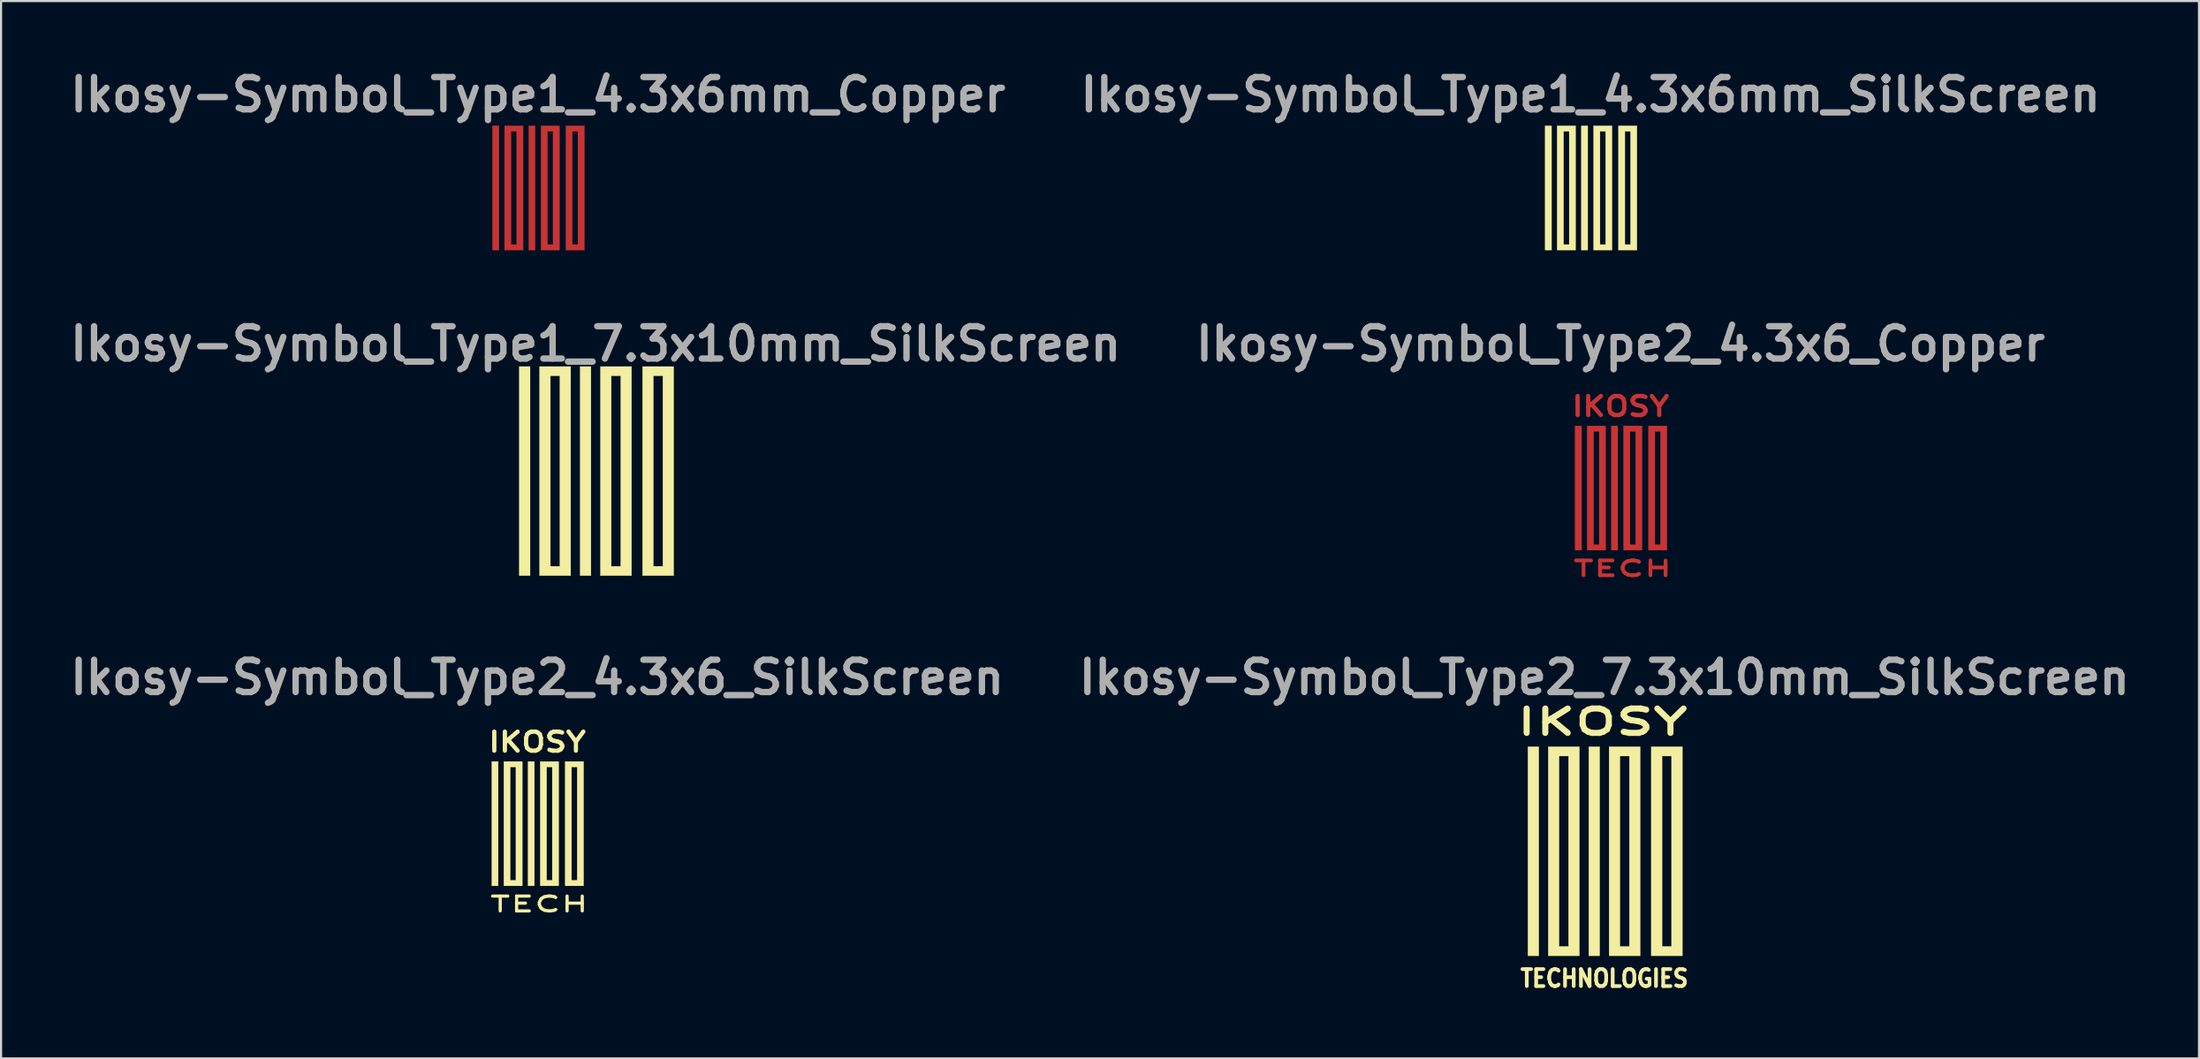
<source format=kicad_pcb>
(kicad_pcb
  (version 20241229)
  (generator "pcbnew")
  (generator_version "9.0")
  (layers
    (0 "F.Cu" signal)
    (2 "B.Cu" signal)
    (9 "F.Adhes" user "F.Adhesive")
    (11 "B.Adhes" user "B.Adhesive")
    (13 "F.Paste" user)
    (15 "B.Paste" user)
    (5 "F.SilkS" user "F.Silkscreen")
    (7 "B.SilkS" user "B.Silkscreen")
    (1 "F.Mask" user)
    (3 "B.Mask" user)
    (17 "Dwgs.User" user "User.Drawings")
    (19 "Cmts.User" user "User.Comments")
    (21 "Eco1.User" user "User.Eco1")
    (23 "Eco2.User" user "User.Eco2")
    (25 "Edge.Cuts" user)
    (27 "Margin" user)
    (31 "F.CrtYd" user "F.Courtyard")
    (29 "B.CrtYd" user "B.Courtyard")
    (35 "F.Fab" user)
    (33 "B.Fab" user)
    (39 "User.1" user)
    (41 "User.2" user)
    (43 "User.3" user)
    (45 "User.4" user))
  (footprint "Ikosy-Symbol_Type1_7.3x10mm_SilkScreen"
    (layer "F.Cu")
    (at 25.044 19.175)
    (property "Reference" "Ikosy-Symbol_Type1_7.3x10mm_SilkScreen" (at 0 -6 0) (layer "F.Fab") (effects (font (size 1.524 1.524) (thickness 0.3))))
    (attr through_hole)
    (fp_poly (pts (xy -3.092 4.933) (xy -3.608 4.933) (xy -3.608 -4.933) (xy -3.092 -4.933) (xy -3.092 4.933)) (stroke (width 0.01) (type solid)) (fill yes) (layer "F.SilkS"))
    (fp_poly (pts (xy -0.221 4.933) (xy -0.736 4.933) (xy -0.736 -4.933) (xy -0.221 -4.933) (xy -0.221 4.933)) (stroke (width 0.01) (type solid)) (fill yes) (layer "F.SilkS"))
    (fp_poly (pts (xy -1.178 4.933) (xy -2.65 4.933) (xy -2.65 -4.491) (xy -2.135 -4.491) (xy -2.135 4.491) (xy -1.693 4.491) (xy -1.693 -4.491) (xy -2.135 -4.491) (xy -2.65 -4.491) (xy -2.65 -4.933) (xy -1.178 -4.933) (xy -1.178 4.933)) (stroke (width 0.01) (type solid)) (fill yes) (layer "F.SilkS"))
    (fp_poly (pts (xy 1.693 4.933) (xy 0.221 4.933) (xy 0.221 -4.491) (xy 0.736 -4.491) (xy 0.736 4.491) (xy 1.178 4.491) (xy 1.178 -4.491) (xy 0.736 -4.491) (xy 0.221 -4.491) (xy 0.221 -4.933) (xy 1.693 -4.933) (xy 1.693 4.933)) (stroke (width 0.01) (type solid)) (fill yes) (layer "F.SilkS"))
    (fp_poly (pts (xy 3.681 4.933) (xy 2.209 4.933) (xy 2.209 -4.491) (xy 2.724 -4.491) (xy 2.724 4.491) (xy 3.166 4.491) (xy 3.166 -4.491) (xy 2.724 -4.491) (xy 2.209 -4.491) (xy 2.209 -4.933) (xy 3.681 -4.933) (xy 3.681 4.933)) (stroke (width 0.01) (type solid)) (fill yes) (layer "F.SilkS")))
  (footprint "Ikosy-Symbol_Type1_4.3x6mm_Copper"
    (layer "F.Cu")
    (at 22.323 5.818)
    (property "Reference" "Ikosy-Symbol_Type1_4.3x6mm_Copper" (at 0 -4.4 0) (layer "F.Fab") (effects (font (size 1.524 1.524) (thickness 0.3))))
    (attr exclude_from_pos_files exclude_from_bom)
    (fp_poly (pts (xy -1.839 2.934) (xy -2.146 2.934) (xy -2.146 -2.934) (xy -1.839 -2.934) (xy -1.839 2.934)) (stroke (width 0.01) (type solid)) (fill yes) (layer "F.Cu"))
    (fp_poly (pts (xy -0.131 2.934) (xy -0.438 2.934) (xy -0.438 -2.934) (xy -0.131 -2.934) (xy -0.131 2.934)) (stroke (width 0.01) (type solid)) (fill yes) (layer "F.Cu"))
    (fp_poly (pts (xy -0.701 2.934) (xy -1.577 2.934) (xy -1.577 -2.671) (xy -1.27 -2.671) (xy -1.27 2.671) (xy -1.007 2.671) (xy -1.007 -2.671) (xy -1.27 -2.671) (xy -1.577 -2.671) (xy -1.577 -2.934) (xy -0.701 -2.934) (xy -0.701 2.934)) (stroke (width 0.01) (type solid)) (fill yes) (layer "F.Cu"))
    (fp_poly (pts (xy 1.016 2.934) (xy 0.14 2.934) (xy 0.14 -2.671) (xy 0.447 -2.671) (xy 0.447 2.671) (xy 0.709 2.671) (xy 0.709 -2.671) (xy 0.447 -2.671) (xy 0.14 -2.671) (xy 0.14 -2.934) (xy 1.016 -2.934) (xy 1.016 2.934)) (stroke (width 0.01) (type solid)) (fill yes) (layer "F.Cu"))
    (fp_poly (pts (xy 2.19 2.934) (xy 1.314 2.934) (xy 1.314 -2.671) (xy 1.62 -2.671) (xy 1.62 2.671) (xy 1.883 2.671) (xy 1.883 -2.671) (xy 1.62 -2.671) (xy 1.314 -2.671) (xy 1.314 -2.934) (xy 2.19 -2.934) (xy 2.19 2.934)) (stroke (width 0.01) (type solid)) (fill yes) (layer "F.Cu")))
  (footprint "Ikosy-Symbol_Type2_7.3x10mm_SilkScreen"
    (layer "F.Cu")
    (at 72.618 36.91)
    (property "Reference" "Ikosy-Symbol_Type2_7.3x10mm_SilkScreen" (at 0 -8 0) (layer "F.Fab") (effects (font (size 1.524 1.524) (thickness 0.3))))
    (attr through_hole)
    (fp_poly (pts (xy -3.092 5.133) (xy -3.608 5.133) (xy -3.608 -4.733) (xy -3.092 -4.733) (xy -3.092 5.133)) (stroke (width 0.01) (type solid)) (fill yes) (layer "F.SilkS"))
    (fp_poly (pts (xy -0.221 5.133) (xy -0.736 5.133) (xy -0.736 -4.733) (xy -0.221 -4.733) (xy -0.221 5.133)) (stroke (width 0.01) (type solid)) (fill yes) (layer "F.SilkS"))
    (fp_poly (pts (xy -1.178 5.133) (xy -2.65 5.133) (xy -2.65 -4.291) (xy -2.135 -4.291) (xy -2.135 4.691) (xy -1.693 4.691) (xy -1.693 -4.291) (xy -2.135 -4.291) (xy -2.65 -4.291) (xy -2.65 -4.733) (xy -1.178 -4.733) (xy -1.178 5.133)) (stroke (width 0.01) (type solid)) (fill yes) (layer "F.SilkS"))
    (fp_poly (pts (xy 1.693 5.133) (xy 0.221 5.133) (xy 0.221 -4.291) (xy 0.736 -4.291) (xy 0.736 4.691) (xy 1.178 4.691) (xy 1.178 -4.291) (xy 0.736 -4.291) (xy 0.221 -4.291) (xy 0.221 -4.733) (xy 1.693 -4.733) (xy 1.693 5.133)) (stroke (width 0.01) (type solid)) (fill yes) (layer "F.SilkS"))
    (fp_poly (pts (xy 3.681 5.133) (xy 2.209 5.133) (xy 2.209 -4.291) (xy 2.724 -4.291) (xy 2.724 4.691) (xy 3.166 4.691) (xy 3.166 -4.291) (xy 2.724 -4.291) (xy 2.209 -4.291) (xy 2.209 -4.733) (xy 3.681 -4.733) (xy 3.681 5.133)) (stroke (width 0.01) (type solid)) (fill yes) (layer "F.SilkS"))
    (fp_text user "TECHNOLOGIES" (at 0 6.2 0) (layer "F.SilkS") (effects (font (size 0.8 0.715) (thickness 0.175))))
    (fp_text user "IKOSY" (at -0.1 -5.9 0) (layer "F.SilkS") (effects (font (size 1.15 1.85) (thickness 0.287)))))
  (footprint "Ikosy-Symbol_Type1_4.3x6mm_SilkScreen"
    (layer "F.Cu")
    (at 71.965 5.818)
    (property "Reference" "Ikosy-Symbol_Type1_4.3x6mm_SilkScreen" (at 0 -4.4 0) (layer "F.Fab") (effects (font (size 1.524 1.524) (thickness 0.3))))
    (attr through_hole)
    (fp_poly (pts (xy -1.839 2.934) (xy -2.146 2.934) (xy -2.146 -2.934) (xy -1.839 -2.934) (xy -1.839 2.934)) (stroke (width 0.01) (type solid)) (fill yes) (layer "F.SilkS"))
    (fp_poly (pts (xy -0.131 2.934) (xy -0.438 2.934) (xy -0.438 -2.934) (xy -0.131 -2.934) (xy -0.131 2.934)) (stroke (width 0.01) (type solid)) (fill yes) (layer "F.SilkS"))
    (fp_poly (pts (xy -0.701 2.934) (xy -1.577 2.934) (xy -1.577 -2.671) (xy -1.27 -2.671) (xy -1.27 2.671) (xy -1.007 2.671) (xy -1.007 -2.671) (xy -1.27 -2.671) (xy -1.577 -2.671) (xy -1.577 -2.934) (xy -0.701 -2.934) (xy -0.701 2.934)) (stroke (width 0.01) (type solid)) (fill yes) (layer "F.SilkS"))
    (fp_poly (pts (xy 1.016 2.934) (xy 0.14 2.934) (xy 0.14 -2.671) (xy 0.447 -2.671) (xy 0.447 2.671) (xy 0.709 2.671) (xy 0.709 -2.671) (xy 0.447 -2.671) (xy 0.14 -2.671) (xy 0.14 -2.934) (xy 1.016 -2.934) (xy 1.016 2.934)) (stroke (width 0.01) (type solid)) (fill yes) (layer "F.SilkS"))
    (fp_poly (pts (xy 2.19 2.934) (xy 1.314 2.934) (xy 1.314 -2.671) (xy 1.62 -2.671) (xy 1.62 2.671) (xy 1.883 2.671) (xy 1.883 -2.671) (xy 1.62 -2.671) (xy 1.314 -2.671) (xy 1.314 -2.934) (xy 2.19 -2.934) (xy 2.19 2.934)) (stroke (width 0.01) (type solid)) (fill yes) (layer "F.SilkS")))
  (footprint "Ikosy-Symbol_Type2_4.3x6_SilkScreen"
    (layer "F.Cu")
    (at 22.287 35.81)
    (property "Reference" "Ikosy-Symbol_Type2_4.3x6_SilkScreen" (at 0 -6.9 0) (layer "F.Fab") (effects (font (size 1.524 1.524) (thickness 0.3))))
    (attr exclude_from_pos_files exclude_from_bom)
    (fp_poly (pts (xy -1.839 2.934) (xy -2.146 2.934) (xy -2.146 -2.934) (xy -1.839 -2.934) (xy -1.839 2.934)) (stroke (width 0.01) (type solid)) (fill yes) (layer "F.SilkS"))
    (fp_poly (pts (xy -0.131 2.934) (xy -0.438 2.934) (xy -0.438 -2.934) (xy -0.131 -2.934) (xy -0.131 2.934)) (stroke (width 0.01) (type solid)) (fill yes) (layer "F.SilkS"))
    (fp_poly (pts (xy -0.701 2.934) (xy -1.577 2.934) (xy -1.577 -2.671) (xy -1.27 -2.671) (xy -1.27 2.671) (xy -1.007 2.671) (xy -1.007 -2.671) (xy -1.27 -2.671) (xy -1.577 -2.671) (xy -1.577 -2.934) (xy -0.701 -2.934) (xy -0.701 2.934)) (stroke (width 0.01) (type solid)) (fill yes) (layer "F.SilkS"))
    (fp_poly (pts (xy 1.016 2.934) (xy 0.14 2.934) (xy 0.14 -2.671) (xy 0.447 -2.671) (xy 0.447 2.671) (xy 0.709 2.671) (xy 0.709 -2.671) (xy 0.447 -2.671) (xy 0.14 -2.671) (xy 0.14 -2.934) (xy 1.016 -2.934) (xy 1.016 2.934)) (stroke (width 0.01) (type solid)) (fill yes) (layer "F.SilkS"))
    (fp_poly (pts (xy 2.19 2.934) (xy 1.314 2.934) (xy 1.314 -2.671) (xy 1.62 -2.671) (xy 1.62 2.671) (xy 1.883 2.671) (xy 1.883 -2.671) (xy 1.62 -2.671) (xy 1.314 -2.671) (xy 1.314 -2.934) (xy 2.19 -2.934) (xy 2.19 2.934)) (stroke (width 0.01) (type solid)) (fill yes) (layer "F.SilkS"))
    (fp_text user "TECH" (at 0.1 3.8 0) (layer "F.SilkS") (effects (font (size 0.7 1.25) (thickness 0.15))))
    (fp_text user "IKOSY" (at 0 -3.85 0) (layer "F.SilkS") (effects (font (size 0.9 1.05) (thickness 0.2)))))
  (footprint "Ikosy-Symbol_Type2_4.3x6_Copper"
    (layer "F.Cu")
    (at 73.38 19.975)
    (property "Reference" "Ikosy-Symbol_Type2_4.3x6_Copper" (at 0 -6.8 0) (layer "F.Fab") (effects (font (size 1.524 1.524) (thickness 0.3))))
    (attr exclude_from_pos_files exclude_from_bom)
    (fp_poly (pts (xy -1.839 2.934) (xy -2.146 2.934) (xy -2.146 -2.934) (xy -1.839 -2.934) (xy -1.839 2.934)) (stroke (width 0.01) (type solid)) (fill yes) (layer "F.Cu"))
    (fp_poly (pts (xy -0.131 2.934) (xy -0.438 2.934) (xy -0.438 -2.934) (xy -0.131 -2.934) (xy -0.131 2.934)) (stroke (width 0.01) (type solid)) (fill yes) (layer "F.Cu"))
    (fp_poly (pts (xy -0.701 2.934) (xy -1.577 2.934) (xy -1.577 -2.671) (xy -1.27 -2.671) (xy -1.27 2.671) (xy -1.007 2.671) (xy -1.007 -2.671) (xy -1.27 -2.671) (xy -1.577 -2.671) (xy -1.577 -2.934) (xy -0.701 -2.934) (xy -0.701 2.934)) (stroke (width 0.01) (type solid)) (fill yes) (layer "F.Cu"))
    (fp_poly (pts (xy 1.016 2.934) (xy 0.14 2.934) (xy 0.14 -2.671) (xy 0.447 -2.671) (xy 0.447 2.671) (xy 0.709 2.671) (xy 0.709 -2.671) (xy 0.447 -2.671) (xy 0.14 -2.671) (xy 0.14 -2.934) (xy 1.016 -2.934) (xy 1.016 2.934)) (stroke (width 0.01) (type solid)) (fill yes) (layer "F.Cu"))
    (fp_poly (pts (xy 2.19 2.934) (xy 1.314 2.934) (xy 1.314 -2.671) (xy 1.62 -2.671) (xy 1.62 2.671) (xy 1.883 2.671) (xy 1.883 -2.671) (xy 1.62 -2.671) (xy 1.314 -2.671) (xy 1.314 -2.934) (xy 2.19 -2.934) (xy 2.19 2.934)) (stroke (width 0.01) (type solid)) (fill yes) (layer "F.Cu"))
    (fp_poly (pts (xy -1.839 2.93) (xy -2.146 2.93) (xy -2.146 -2.938) (xy -1.839 -2.938) (xy -1.839 2.93)) (stroke (width 0.01) (type solid)) (fill yes) (layer "F.Mask"))
    (fp_poly (pts (xy -0.131 2.93) (xy -0.438 2.93) (xy -0.438 -2.938) (xy -0.131 -2.938) (xy -0.131 2.93)) (stroke (width 0.01) (type solid)) (fill yes) (layer "F.Mask"))
    (fp_poly (pts (xy -0.7 2.93) (xy -1.576 2.93) (xy -1.576 -2.676) (xy -1.27 -2.676) (xy -1.27 2.667) (xy -1.007 2.667) (xy -1.007 -2.676) (xy -1.27 -2.676) (xy -1.576 -2.676) (xy -1.576 -2.938) (xy -0.7 -2.938) (xy -0.7 2.93)) (stroke (width 0.01) (type solid)) (fill yes) (layer "F.Mask"))
    (fp_poly (pts (xy 1.016 2.93) (xy 0.14 2.93) (xy 0.14 -2.676) (xy 0.447 -2.676) (xy 0.447 2.667) (xy 0.71 2.667) (xy 0.71 -2.676) (xy 0.447 -2.676) (xy 0.14 -2.676) (xy 0.14 -2.938) (xy 1.016 -2.938) (xy 1.016 2.93)) (stroke (width 0.01) (type solid)) (fill yes) (layer "F.Mask"))
    (fp_poly (pts (xy 2.19 2.93) (xy 1.314 2.93) (xy 1.314 -2.676) (xy 1.621 -2.676) (xy 1.621 2.667) (xy 1.883 2.667) (xy 1.883 -2.676) (xy 1.621 -2.676) (xy 1.314 -2.676) (xy 1.314 -2.938) (xy 2.19 -2.938) (xy 2.19 2.93)) (stroke (width 0.01) (type solid)) (fill yes) (layer "F.Mask"))
    (fp_text user "IKOSY" (at 0 -3.85 0) (layer "F.Cu") (effects (font (size 0.9 1.05) (thickness 0.2))))
    (fp_text user "TECH" (at 0.1 3.8 0) (layer "F.Cu") (effects (font (size 0.7 1.25) (thickness 0.175))))
    (fp_text user "IKOSY" (at 0.00034 -3.854 0) (layer "F.Mask") (effects (font (size 0.9 1.05) (thickness 0.2))))
    (fp_text user "TECH" (at 0.1 3.796 0) (layer "F.Mask") (effects (font (size 0.7 1.25) (thickness 0.175)))))
  (gr_rect
    (start -3 -3)
    (end 100.662 46.885)
    (stroke (width 0.1) (type default))
    (fill no)
    (layer "Edge.Cuts")))
</source>
